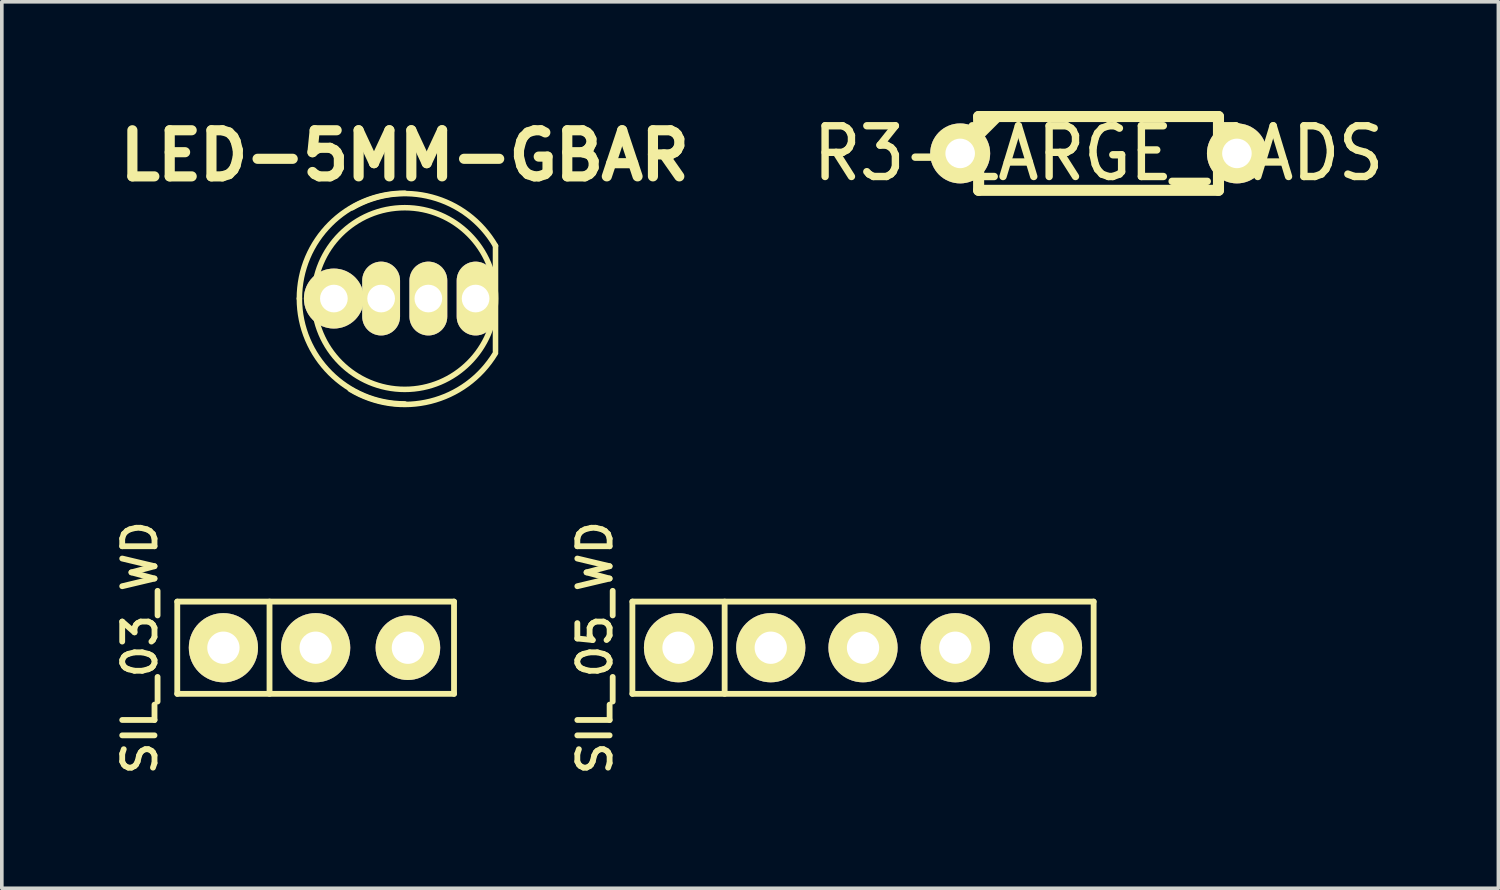
<source format=kicad_pcb>
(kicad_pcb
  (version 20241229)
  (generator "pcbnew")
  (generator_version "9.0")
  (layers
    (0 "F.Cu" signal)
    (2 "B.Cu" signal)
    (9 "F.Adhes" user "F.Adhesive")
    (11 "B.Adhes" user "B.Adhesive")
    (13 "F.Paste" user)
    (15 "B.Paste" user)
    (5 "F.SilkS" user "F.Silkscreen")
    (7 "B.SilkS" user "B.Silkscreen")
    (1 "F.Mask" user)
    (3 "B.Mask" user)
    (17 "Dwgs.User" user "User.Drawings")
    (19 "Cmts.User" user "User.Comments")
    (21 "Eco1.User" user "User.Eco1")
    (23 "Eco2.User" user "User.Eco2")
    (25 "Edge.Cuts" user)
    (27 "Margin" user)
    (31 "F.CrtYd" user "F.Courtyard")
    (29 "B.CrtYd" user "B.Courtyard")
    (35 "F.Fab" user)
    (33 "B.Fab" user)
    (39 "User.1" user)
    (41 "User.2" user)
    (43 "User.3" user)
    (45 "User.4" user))
  (footprint "R3-LARGE_PADS"
    (layer "F.Cu")
    (at 27.197 1.174)
    (property "Reference" "R3-LARGE_PADS" (at 0 0 0) (layer "F.SilkS") (effects (font (size 1.397 1.27) (thickness 0.203))))
    (attr through_hole)
    (fp_line (start -3.81 0) (end -3.302 0) (stroke (width 0.305) (type solid)) (layer "F.SilkS"))
    (fp_line (start -3.302 -1.016) (end -3.302 1.016) (stroke (width 0.305) (type solid)) (layer "F.SilkS"))
    (fp_line (start -3.302 -0.508) (end -2.794 -1.016) (stroke (width 0.305) (type solid)) (layer "F.SilkS"))
    (fp_line (start -3.302 1.016) (end 3.302 1.016) (stroke (width 0.305) (type solid)) (layer "F.SilkS"))
    (fp_line (start 3.302 -1.016) (end -3.302 -1.016) (stroke (width 0.305) (type solid)) (layer "F.SilkS"))
    (fp_line (start 3.302 0) (end 3.302 -1.016) (stroke (width 0.305) (type solid)) (layer "F.SilkS"))
    (fp_line (start 3.302 1.016) (end 3.302 0) (stroke (width 0.305) (type solid)) (layer "F.SilkS"))
    (fp_line (start 3.81 0) (end 3.302 0) (stroke (width 0.305) (type solid)) (layer "F.SilkS"))
    (pad "1" thru_hole circle (at -3.81 0) (size 1.651 1.651) (drill 0.813) (layers "*.Cu" "*.Mask" "F.SilkS"))
    (pad "2" thru_hole circle (at 3.81 0) (size 1.651 1.651) (drill 0.813) (layers "*.Cu" "*.Mask" "F.SilkS")))
  (footprint "SIL_03_WD"
    (layer "F.Cu")
    (at 3.101 14.784)
    (property "Reference" "SIL_03_WD" (at -2.3 0 90) (layer "F.SilkS") (effects (font (size 0.889 0.889) (thickness 0.16))))
    (attr through_hole)
    (fp_line (start -1.27 -1.27) (end 6.35 -1.27) (stroke (width 0.16) (type solid)) (layer "F.SilkS"))
    (fp_line (start -1.27 1.27) (end -1.27 -1.27) (stroke (width 0.16) (type solid)) (layer "F.SilkS"))
    (fp_line (start 1.27 1.27) (end 1.27 -1.27) (stroke (width 0.16) (type solid)) (layer "F.SilkS"))
    (fp_line (start 6.35 -1.27) (end 6.35 1.27) (stroke (width 0.16) (type solid)) (layer "F.SilkS"))
    (fp_line (start 6.35 1.27) (end -1.27 1.27) (stroke (width 0.16) (type solid)) (layer "F.SilkS"))
    (pad "1" thru_hole circle (at 0 0) (size 1.905 1.905) (drill 0.889) (layers "*.Cu" "*.Mask" "F.SilkS"))
    (pad "2" thru_hole circle (at 2.54 0) (size 1.905 1.905) (drill 0.889) (layers "*.Cu" "*.Mask" "F.SilkS"))
    (pad "3" thru_hole circle (at 5.08 0) (size 1.778 1.778) (drill 0.889) (layers "*.Cu" "*.Mask" "F.SilkS")))
  (footprint "LED-5MM-GBAR"
    (layer "F.Cu")
    (at 8.094 5.17)
    (property "Reference" "LED-5MM-GBAR" (at 0 -3.937 0) (layer "F.SilkS") (effects (font (size 1.27 1.27) (thickness 0.279))))
    (attr exclude_from_pos_files exclude_from_bom)
    (fp_line (start 2.499 1.45) (end 2.499 -1.45) (stroke (width 0.152) (type solid)) (layer "F.SilkS"))
    (fp_arc (start -2.90068 0) (mid -2.05109 -2.05109) (end 0 -2.90068) (stroke (width 0.1524) (type solid)) (layer "F.SilkS"))
    (fp_arc (start -1.45034 -2.49936) (mid 0.741769 -2.79286) (end 2.49936 -1.45034) (stroke (width 0.1524) (type solid)) (layer "F.SilkS"))
    (fp_arc (start 0 2.90068) (mid -2.05109 2.05109) (end -2.90068 0) (stroke (width 0.1524) (type solid)) (layer "F.SilkS"))
    (fp_arc (start 2.49936 1.50114) (mid 0.705848 2.828781) (end -1.50114 2.49936) (stroke (width 0.1524) (type solid)) (layer "F.SilkS"))
    (fp_circle (center 0 0) (end 2.499 0.099) (stroke (width 0.152) (type solid)) (fill no) (layer "F.SilkS"))
    (pad "1" thru_hole oval (at 1.951 0) (size 1.041 2.032) (drill 0.762) (layers "*.Cu" "*.Mask" "F.SilkS"))
    (pad "2" thru_hole oval (at 0.65 0) (size 1.041 2.032) (drill 0.762) (layers "*.Cu" "*.Mask" "F.SilkS"))
    (pad "3" thru_hole oval (at -0.65 0) (size 1.041 2.032) (drill 0.762) (layers "*.Cu" "*.Mask" "F.SilkS"))
    (pad "4" thru_hole circle (at -1.951 0) (size 1.651 1.651) (drill 0.762) (layers "*.Cu" "*.Mask" "F.SilkS")))
  (footprint "SIL_05_WD"
    (layer "F.Cu")
    (at 15.632 14.784)
    (property "Reference" "SIL_05_WD" (at -2.3 0 90) (layer "F.SilkS") (effects (font (size 0.889 0.889) (thickness 0.16))))
    (attr through_hole)
    (fp_line (start -1.27 -1.27) (end 11.43 -1.27) (stroke (width 0.16) (type solid)) (layer "F.SilkS"))
    (fp_line (start -1.27 1.27) (end -1.27 -1.27) (stroke (width 0.16) (type solid)) (layer "F.SilkS"))
    (fp_line (start 1.27 1.27) (end 1.27 -1.27) (stroke (width 0.16) (type solid)) (layer "F.SilkS"))
    (fp_line (start 11.43 -1.27) (end 11.43 1.27) (stroke (width 0.16) (type solid)) (layer "F.SilkS"))
    (fp_line (start 11.43 1.27) (end -1.27 1.27) (stroke (width 0.16) (type solid)) (layer "F.SilkS"))
    (pad "1" thru_hole circle (at 0 0) (size 1.905 1.905) (drill 0.889) (layers "*.Cu" "*.Mask" "F.SilkS"))
    (pad "2" thru_hole circle (at 2.54 0) (size 1.905 1.905) (drill 0.889) (layers "*.Cu" "*.Mask" "F.SilkS"))
    (pad "3" thru_hole circle (at 5.08 0) (size 1.905 1.905) (drill 0.889) (layers "*.Cu" "*.Mask" "F.SilkS"))
    (pad "4" thru_hole circle (at 7.62 0) (size 1.905 1.905) (drill 0.889) (layers "*.Cu" "*.Mask" "F.SilkS"))
    (pad "5" thru_hole circle (at 10.16 0) (size 1.905 1.905) (drill 0.889) (layers "*.Cu" "*.Mask" "F.SilkS")))
  (gr_rect
    (start -3 -3)
    (end 38.206 21.407)
    (stroke (width 0.1) (type default))
    (fill no)
    (layer "Edge.Cuts")))
</source>
